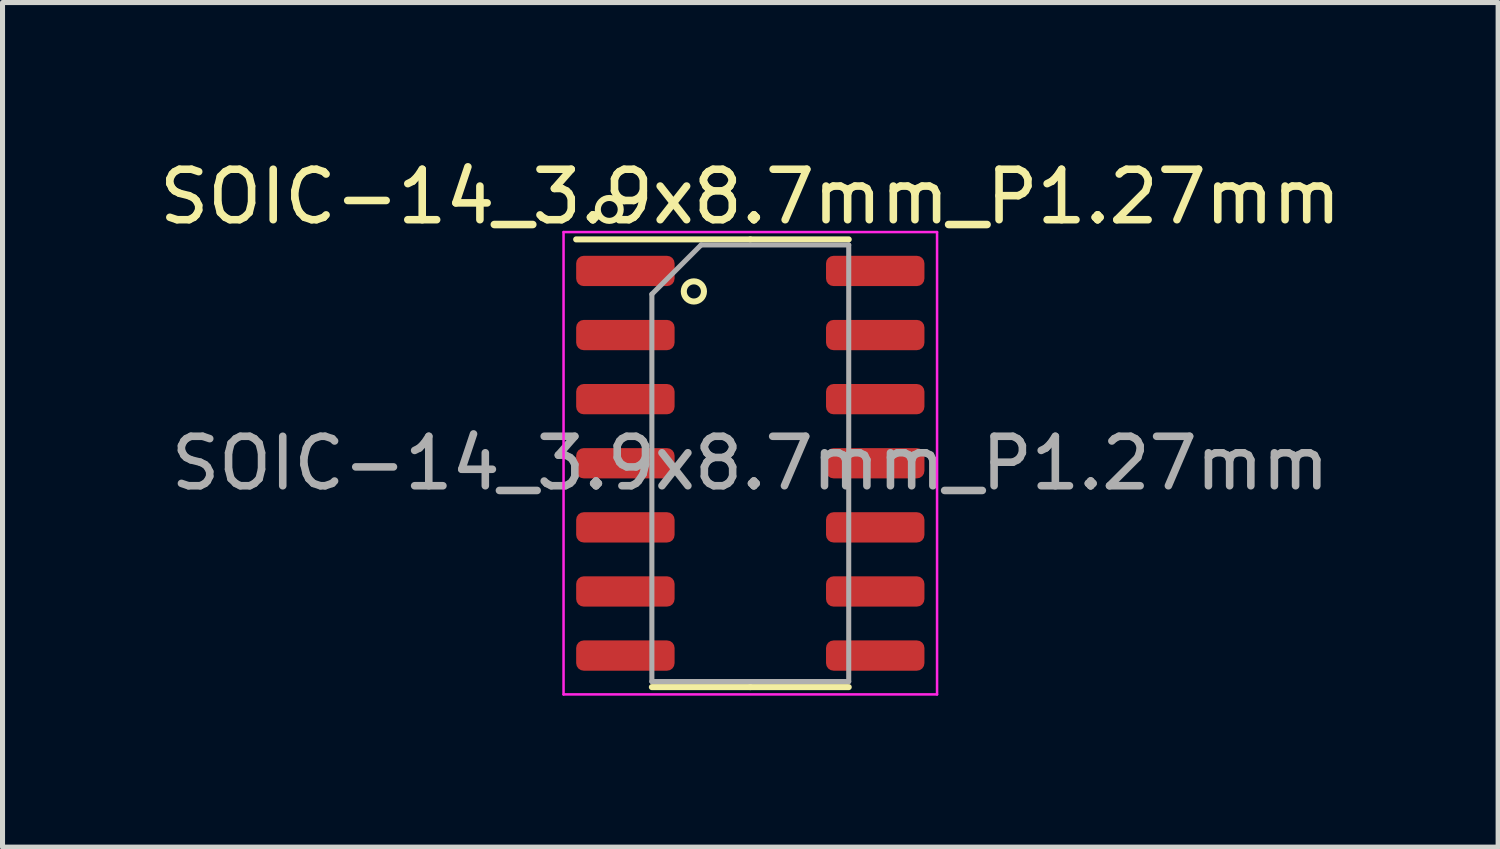
<source format=kicad_pcb>
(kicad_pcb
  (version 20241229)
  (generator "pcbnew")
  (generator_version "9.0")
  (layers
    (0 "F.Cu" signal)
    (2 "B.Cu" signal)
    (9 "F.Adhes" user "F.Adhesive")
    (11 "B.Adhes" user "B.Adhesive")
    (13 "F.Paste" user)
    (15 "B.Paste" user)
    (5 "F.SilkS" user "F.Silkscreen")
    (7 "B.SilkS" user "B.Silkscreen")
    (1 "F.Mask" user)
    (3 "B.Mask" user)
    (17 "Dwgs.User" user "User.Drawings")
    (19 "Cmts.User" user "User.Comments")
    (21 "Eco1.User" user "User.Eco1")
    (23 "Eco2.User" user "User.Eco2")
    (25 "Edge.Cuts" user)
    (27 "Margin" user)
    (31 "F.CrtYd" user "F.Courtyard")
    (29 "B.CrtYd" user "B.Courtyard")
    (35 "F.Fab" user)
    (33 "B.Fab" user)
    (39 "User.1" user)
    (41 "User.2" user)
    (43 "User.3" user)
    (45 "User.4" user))
  (footprint "SOIC-14_3.9x8.7mm_P1.27mm"
    (layer "F.Cu")
    (at 11.815 6.128)
    (property "Reference" "SOIC-14_3.9x8.7mm_P1.27mm" (at 0 -5.28 0) (layer "F.SilkS") (effects (font (size 1 1) (thickness 0.15))))
    (attr smd)
    (fp_line (start 0 -4.435) (end -3.45 -4.435) (stroke (width 0.12) (type solid)) (layer "F.SilkS"))
    (fp_line (start 0 -4.435) (end 1.95 -4.435) (stroke (width 0.12) (type solid)) (layer "F.SilkS"))
    (fp_line (start 0 4.435) (end -1.95 4.435) (stroke (width 0.12) (type solid)) (layer "F.SilkS"))
    (fp_line (start 0 4.435) (end 1.95 4.435) (stroke (width 0.12) (type solid)) (layer "F.SilkS"))
    (fp_circle (center -2.794 -5.029) (end -2.591 -5.131) (stroke (width 0.12) (type solid)) (fill no) (layer "F.SilkS"))
    (fp_circle (center -1.118 -3.404) (end -0.918 -3.404) (stroke (width 0.12) (type solid)) (fill no) (layer "F.SilkS"))
    (fp_line (start -3.7 -4.58) (end -3.7 4.58) (stroke (width 0.05) (type solid)) (layer "F.CrtYd"))
    (fp_line (start -3.7 4.58) (end 3.7 4.58) (stroke (width 0.05) (type solid)) (layer "F.CrtYd"))
    (fp_line (start 3.7 -4.58) (end -3.7 -4.58) (stroke (width 0.05) (type solid)) (layer "F.CrtYd"))
    (fp_line (start 3.7 4.58) (end 3.7 -4.58) (stroke (width 0.05) (type solid)) (layer "F.CrtYd"))
    (fp_line (start -1.95 -3.35) (end -0.975 -4.325) (stroke (width 0.1) (type solid)) (layer "F.Fab"))
    (fp_line (start -1.95 4.325) (end -1.95 -3.35) (stroke (width 0.1) (type solid)) (layer "F.Fab"))
    (fp_line (start -0.975 -4.325) (end 1.95 -4.325) (stroke (width 0.1) (type solid)) (layer "F.Fab"))
    (fp_line (start 1.95 -4.325) (end 1.95 4.325) (stroke (width 0.1) (type solid)) (layer "F.Fab"))
    (fp_line (start 1.95 4.325) (end -1.95 4.325) (stroke (width 0.1) (type solid)) (layer "F.Fab"))
    (fp_text user "${REFERENCE}" (at 0 0 0) (layer "F.Fab") (effects (font (size 0.98 0.98) (thickness 0.15))))
    (pad "1" smd roundrect (at -2.475 -3.81) (size 1.95 0.6) (layers "F.Cu" "F.Mask" "F.Paste") (roundrect_rratio 0.25))
    (pad "2" smd roundrect (at -2.475 -2.54) (size 1.95 0.6) (layers "F.Cu" "F.Mask" "F.Paste") (roundrect_rratio 0.25))
    (pad "3" smd roundrect (at -2.475 -1.27) (size 1.95 0.6) (layers "F.Cu" "F.Mask" "F.Paste") (roundrect_rratio 0.25))
    (pad "4" smd roundrect (at -2.475 0) (size 1.95 0.6) (layers "F.Cu" "F.Mask" "F.Paste") (roundrect_rratio 0.25))
    (pad "5" smd roundrect (at -2.475 1.27) (size 1.95 0.6) (layers "F.Cu" "F.Mask" "F.Paste") (roundrect_rratio 0.25))
    (pad "6" smd roundrect (at -2.475 2.54) (size 1.95 0.6) (layers "F.Cu" "F.Mask" "F.Paste") (roundrect_rratio 0.25))
    (pad "7" smd roundrect (at -2.475 3.81) (size 1.95 0.6) (layers "F.Cu" "F.Mask" "F.Paste") (roundrect_rratio 0.25))
    (pad "8" smd roundrect (at 2.475 3.81) (size 1.95 0.6) (layers "F.Cu" "F.Mask" "F.Paste") (roundrect_rratio 0.25))
    (pad "9" smd roundrect (at 2.475 2.54) (size 1.95 0.6) (layers "F.Cu" "F.Mask" "F.Paste") (roundrect_rratio 0.25))
    (pad "10" smd roundrect (at 2.475 1.27) (size 1.95 0.6) (layers "F.Cu" "F.Mask" "F.Paste") (roundrect_rratio 0.25))
    (pad "11" smd roundrect (at 2.475 0) (size 1.95 0.6) (layers "F.Cu" "F.Mask" "F.Paste") (roundrect_rratio 0.25))
    (pad "12" smd roundrect (at 2.475 -1.27) (size 1.95 0.6) (layers "F.Cu" "F.Mask" "F.Paste") (roundrect_rratio 0.25))
    (pad "13" smd roundrect (at 2.475 -2.54) (size 1.95 0.6) (layers "F.Cu" "F.Mask" "F.Paste") (roundrect_rratio 0.25))
    (pad "14" smd roundrect (at 2.475 -3.81) (size 1.95 0.6) (layers "F.Cu" "F.Mask" "F.Paste") (roundrect_rratio 0.25)))
  (gr_rect
    (start -3 -3)
    (end 26.631 13.733)
    (stroke (width 0.1) (type default))
    (fill no)
    (layer "Edge.Cuts")))
</source>
